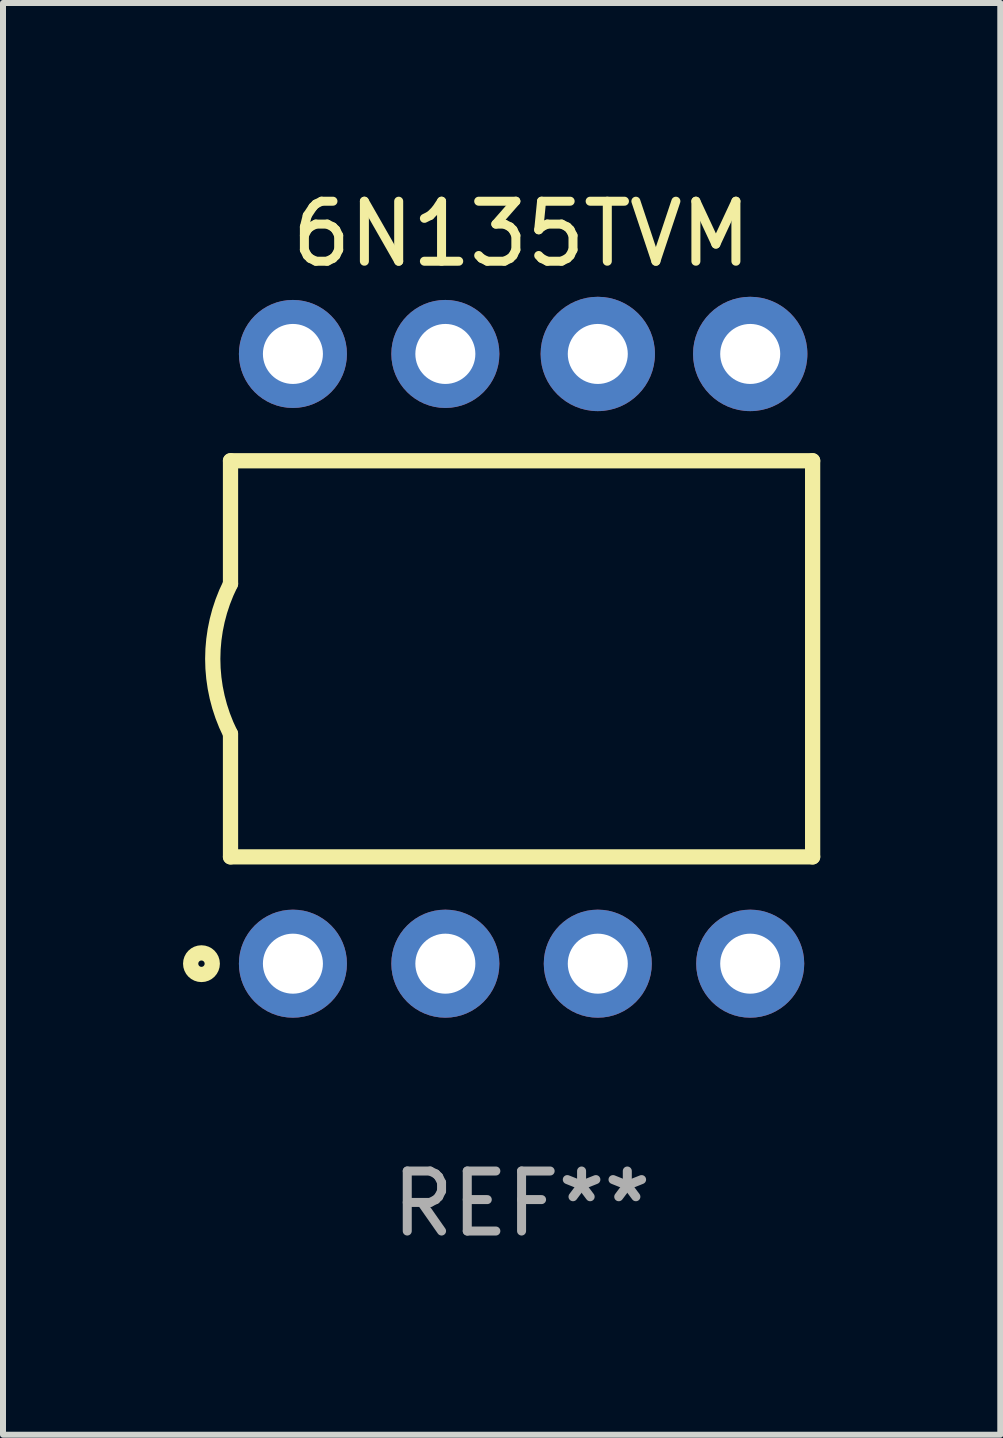
<source format=kicad_pcb>
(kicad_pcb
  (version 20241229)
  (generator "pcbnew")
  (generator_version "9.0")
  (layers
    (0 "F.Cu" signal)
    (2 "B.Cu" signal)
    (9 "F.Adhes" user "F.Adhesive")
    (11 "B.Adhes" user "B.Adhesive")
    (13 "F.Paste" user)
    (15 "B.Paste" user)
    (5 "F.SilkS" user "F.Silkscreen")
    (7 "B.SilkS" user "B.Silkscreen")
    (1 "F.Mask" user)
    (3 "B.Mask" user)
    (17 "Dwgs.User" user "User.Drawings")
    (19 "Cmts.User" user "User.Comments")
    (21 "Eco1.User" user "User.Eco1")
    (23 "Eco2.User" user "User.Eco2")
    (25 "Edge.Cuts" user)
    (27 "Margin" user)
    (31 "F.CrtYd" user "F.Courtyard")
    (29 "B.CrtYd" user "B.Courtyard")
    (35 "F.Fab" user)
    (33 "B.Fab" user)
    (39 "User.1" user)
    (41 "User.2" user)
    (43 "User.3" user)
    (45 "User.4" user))
  (footprint "6N135TVM"
    (layer "F.Cu")
    (at 5.641 7.928)
    (property "Reference" "6N135TVM" (at 0 -7.08 0) (layer "F.SilkS") (effects (font (size 1 1) (thickness 0.15))))
    (attr through_hole)
    (fp_line (start -4.85 -3.3) (end -4.85 -1.25) (stroke (width 0.254) (type solid)) (layer "F.SilkS"))
    (fp_line (start -4.85 3.3) (end -4.85 1.25) (stroke (width 0.254) (type solid)) (layer "F.SilkS"))
    (fp_line (start 4.85 -3.3) (end -4.85 -3.3) (stroke (width 0.254) (type solid)) (layer "F.SilkS"))
    (fp_line (start 4.85 -3.3) (end 4.85 3.3) (stroke (width 0.254) (type solid)) (layer "F.SilkS"))
    (fp_line (start 4.85 3.3) (end -4.85 3.3) (stroke (width 0.254) (type solid)) (layer "F.SilkS"))
    (fp_arc (start -4.851258 1.249683) (mid -5.14588 -0.000312) (end -4.850013 -1.250013) (stroke (width 0.254001) (type solid)) (layer "F.SilkS"))
    (fp_circle (center -5.334 5.08) (end -5.154 5.08) (stroke (width 0.254) (type solid)) (fill no) (layer "F.SilkS"))
    (fp_text user "REF**" (at 0 9.08 0) (layer "F.Fab") (effects (font (size 1 1) (thickness 0.15))))
    (pad "1" thru_hole circle (at -3.81 5.08) (size 1.8 1.8) (drill 1) (layers "*.Cu" "*.Mask"))
    (pad "2" thru_hole circle (at -1.27 5.08) (size 1.8 1.8) (drill 1) (layers "*.Cu" "*.Mask"))
    (pad "3" thru_hole circle (at 1.27 5.08) (size 1.8 1.8) (drill 1) (layers "*.Cu" "*.Mask"))
    (pad "4" thru_hole circle (at 3.81 5.08) (size 1.8 1.8) (drill 1) (layers "*.Cu" "*.Mask"))
    (pad "5" thru_hole circle (at 3.81 -5.08) (size 1.905 1.905) (drill 1) (layers "*.Cu" "*.Mask"))
    (pad "6" thru_hole circle (at 1.27 -5.08) (size 1.905 1.905) (drill 1) (layers "*.Cu" "*.Mask"))
    (pad "7" thru_hole circle (at -1.27 -5.08) (size 1.8 1.8) (drill 1) (layers "*.Cu" "*.Mask"))
    (pad "8" thru_hole circle (at -3.81 -5.08) (size 1.8 1.8) (drill 1) (layers "*.Cu" "*.Mask")))
  (gr_rect
    (start -3 -3)
    (end 13.618 20.857)
    (stroke (width 0.1) (type default))
    (fill no)
    (layer "Edge.Cuts")))
</source>
